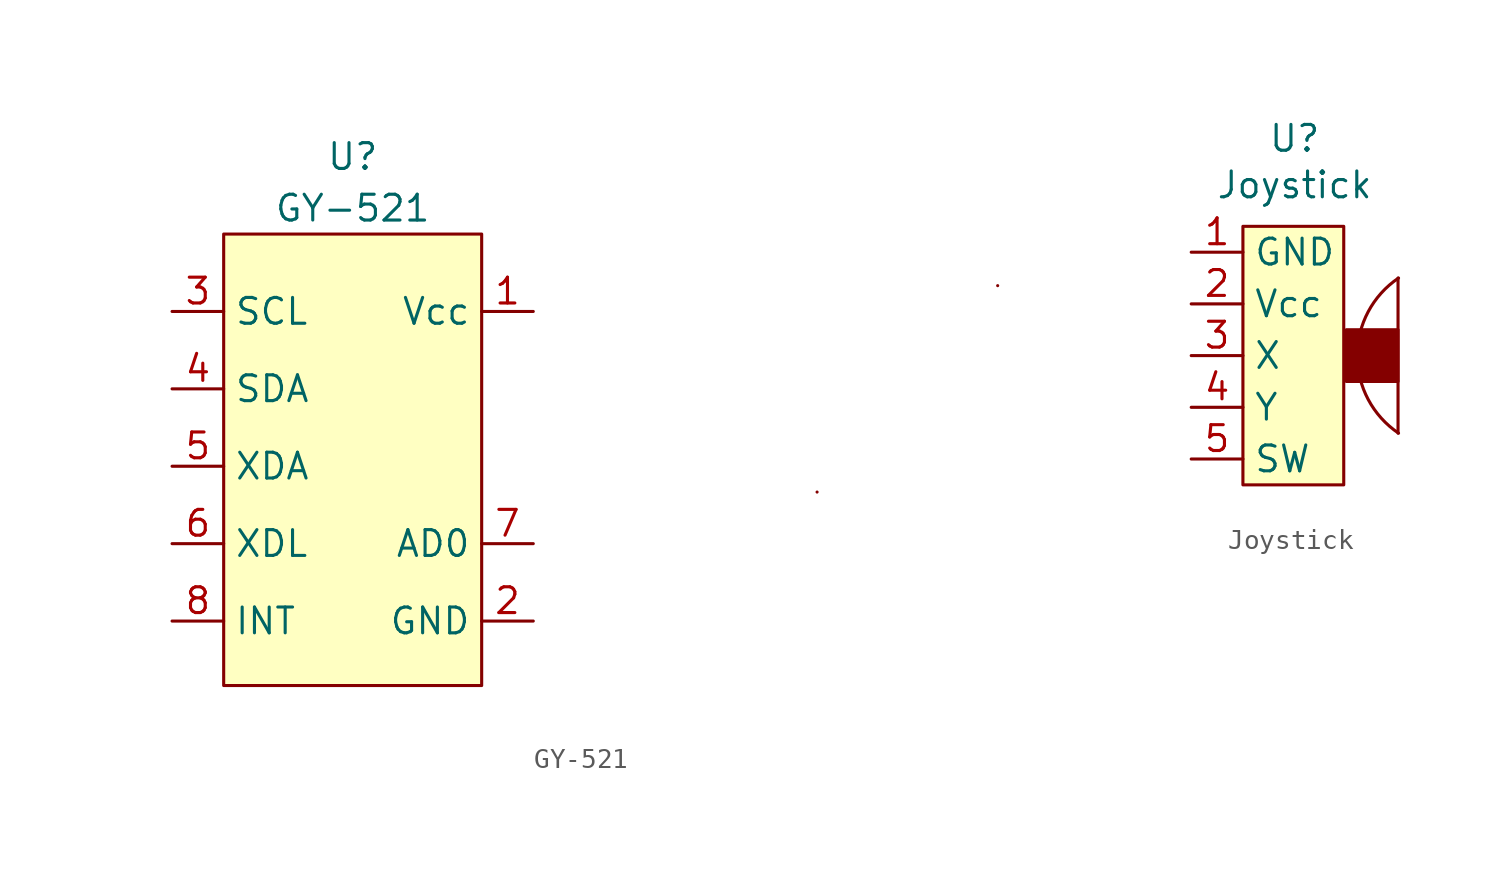
<source format=kicad_sym>
(kicad_symbol_lib
  (version 20211014)
  (generator kicad_symbol_editor)
  (symbol "GY-521"
    (property "Reference" "U"
      (at 0 15.24 0)
      (effects (font (size 1.27 1.27))))
    (property "Value" "GY-521"
      (at 0 12.7 0)
      (effects (font (size 1.27 1.27))))
    (symbol "GY-521_0_1"
      (rectangle (start 6.35 -10.795) (end -6.35 11.43) (stroke (width 0) (type default) (color 0 0 0 0)) (fill (type background)))
      (rectangle (start 22.86 -1.27) (end 22.86 -1.27) (stroke (width 0) (type default) (color 0 0 0 0)) (fill (type none)))
      (rectangle (start 31.75 8.89) (end 31.75 8.89) (stroke (width 0) (type default) (color 0 0 0 0)) (fill (type none))))
    (symbol "GY-521_1_1"
      (pin power_in line (at 8.89 7.62 180) (length 2.54) (name "Vcc" (effects (font (size 1.27 1.27)))) (number "1" (effects (font (size 1.27 1.27)))))
      (pin power_in line (at 8.89 -7.62 180) (length 2.54) (name "GND" (effects (font (size 1.27 1.27)))) (number "2" (effects (font (size 1.27 1.27)))))
      (pin input line (at -8.89 7.62 0) (length 2.54) (name "SCL" (effects (font (size 1.27 1.27)))) (number "3" (effects (font (size 1.27 1.27)))))
      (pin bidirectional line (at -8.89 3.81 0) (length 2.54) (name "SDA" (effects (font (size 1.27 1.27)))) (number "4" (effects (font (size 1.27 1.27)))))
      (pin unspecified line (at -8.89 0 0) (length 2.54) (name "XDA" (effects (font (size 1.27 1.27)))) (number "5" (effects (font (size 1.27 1.27)))))
      (pin unspecified line (at -8.89 -3.81 0) (length 2.54) (name "XDL" (effects (font (size 1.27 1.27)))) (number "6" (effects (font (size 1.27 1.27)))))
      (pin input line (at 8.89 -3.81 180) (length 2.54) (name "AD0" (effects (font (size 1.27 1.27)))) (number "7" (effects (font (size 1.27 1.27)))))
      (pin output line (at -8.89 -7.62 0) (length 2.54) (name "INT" (effects (font (size 1.27 1.27)))) (number "8" (effects (font (size 1.27 1.27)))))))
  (symbol "Joystick"
    (property "Reference" "U"
      (at 5.08 5.588 0)
      (effects (font (size 1.27 1.27))))
    (property "Value" "Joystick"
      (at 5.08 3.302 0)
      (effects (font (size 1.27 1.27))))
    (symbol "Joystick_0_1"
      (polyline (pts (xy 10.16 -8.89) (xy 10.16 -1.27)) (stroke (width 0) (type default) (color 0 0 0 0)) (fill (type none)))
      (rectangle (start 2.54 1.27) (end 7.493 -11.43) (stroke (width 0) (type default) (color 0 0 0 0)) (fill (type background)))
      (rectangle (start 7.62 -3.81) (end 10.16 -6.35) (stroke (width 0) (type default) (color 0 0 0 0)) (fill (type outline)))
      (arc (start 10.1852 -1.27) (mid 3.0269 -5.08) (end 10.1852 -8.89) (stroke (width 0) (type default) (color 0 0 0 0)) (fill (type none))))
    (symbol "Joystick_1_1"
      (pin power_in line (at 0 0 0) (length 2.54) (name "GND" (effects (font (size 1.27 1.27)))) (number "1" (effects (font (size 1.27 1.27)))))
      (pin power_in line (at 0 -2.54 0) (length 2.54) (name "Vcc" (effects (font (size 1.27 1.27)))) (number "2" (effects (font (size 1.27 1.27)))))
      (pin output line (at 0 -5.08 0) (length 2.54) (name "X" (effects (font (size 1.27 1.27)))) (number "3" (effects (font (size 1.27 1.27)))))
      (pin output line (at 0 -7.62 0) (length 2.54) (name "Y" (effects (font (size 1.27 1.27)))) (number "4" (effects (font (size 1.27 1.27)))))
      (pin output line (at 0 -10.16 0) (length 2.54) (name "SW" (effects (font (size 1.27 1.27)))) (number "5" (effects (font (size 1.27 1.27))))))))
</source>
